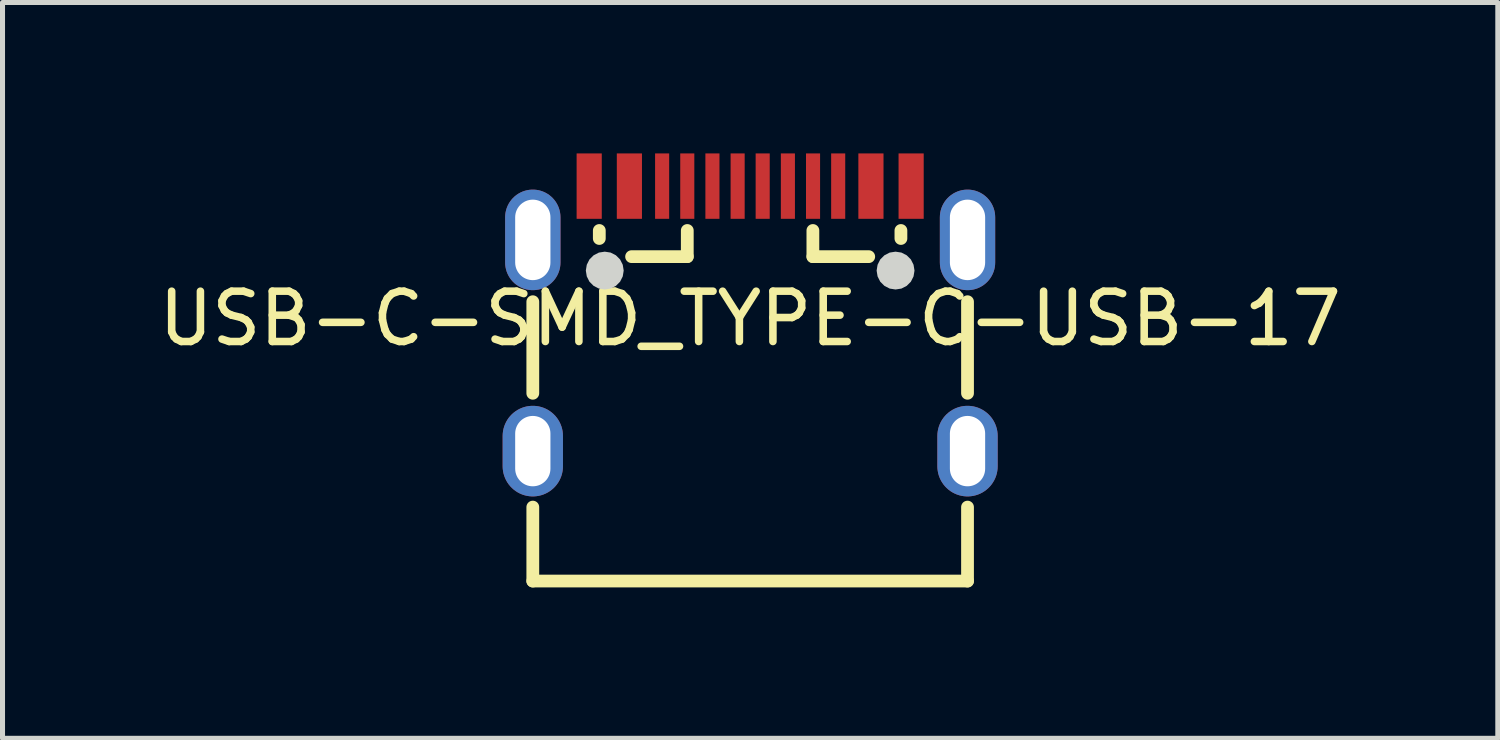
<source format=kicad_pcb>
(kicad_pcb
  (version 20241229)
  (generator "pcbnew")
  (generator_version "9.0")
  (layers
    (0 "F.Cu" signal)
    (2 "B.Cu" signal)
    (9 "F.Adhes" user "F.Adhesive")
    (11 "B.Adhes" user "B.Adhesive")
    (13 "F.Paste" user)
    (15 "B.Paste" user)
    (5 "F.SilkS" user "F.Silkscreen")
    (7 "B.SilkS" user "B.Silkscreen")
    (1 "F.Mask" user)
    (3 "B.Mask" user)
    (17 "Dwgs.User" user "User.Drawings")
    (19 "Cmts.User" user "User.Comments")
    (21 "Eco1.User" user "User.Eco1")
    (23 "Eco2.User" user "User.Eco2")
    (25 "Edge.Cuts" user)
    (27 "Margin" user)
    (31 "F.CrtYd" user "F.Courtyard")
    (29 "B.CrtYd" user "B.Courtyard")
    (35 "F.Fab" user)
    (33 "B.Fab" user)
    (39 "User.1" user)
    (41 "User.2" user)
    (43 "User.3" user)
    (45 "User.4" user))
  (footprint "USB-C-SMD_TYPE-C-USB-17"
    (layer "F.Cu")
    (at 11.863 3.284)
    (property "Reference" "USB-C-SMD_TYPE-C-USB-17" (at 0 0 0) (layer "F.SilkS") (effects (font (size 1 1) (thickness 0.15))))
    (fp_line (start -4.321 1.484) (end -4.321 -0.336) (stroke (width 0.254) (type default)) (layer "F.SilkS"))
    (fp_line (start -4.321 5.217) (end -4.321 3.747) (stroke (width 0.254) (type default)) (layer "F.SilkS"))
    (fp_line (start -2.999 -1.593) (end -2.999 -1.752) (stroke (width 0.254) (type default)) (layer "F.SilkS"))
    (fp_line (start -2.357 -1.232) (end -1.25 -1.232) (stroke (width 0.254) (type default)) (layer "F.SilkS"))
    (fp_line (start -1.25 -1.232) (end -1.25 -1.752) (stroke (width 0.254) (type default)) (layer "F.SilkS"))
    (fp_line (start 1.247 -1.232) (end 1.247 -1.752) (stroke (width 0.254) (type default)) (layer "F.SilkS"))
    (fp_line (start 1.247 -1.232) (end 2.357 -1.232) (stroke (width 0.254) (type default)) (layer "F.SilkS"))
    (fp_line (start 2.997 -1.593) (end 2.997 -1.752) (stroke (width 0.254) (type default)) (layer "F.SilkS"))
    (fp_line (start 4.321 1.484) (end 4.321 -0.336) (stroke (width 0.254) (type default)) (layer "F.SilkS"))
    (fp_line (start 4.321 5.217) (end -4.321 5.217) (stroke (width 0.254) (type default)) (layer "F.SilkS"))
    (fp_line (start 4.321 5.217) (end 4.321 3.747) (stroke (width 0.254) (type default)) (layer "F.SilkS"))
    (fp_poly (pts (xy -3.45 -3.284) (xy -2.949 -3.284) (xy -2.949 -1.984) (xy -3.45 -1.984)) (stroke (width 0) (type default)) (fill yes) (layer "F.Paste"))
    (fp_poly (pts (xy -2.649 -3.284) (xy -2.149 -3.284) (xy -2.149 -1.984) (xy -2.649 -1.984)) (stroke (width 0) (type default)) (fill yes) (layer "F.Paste"))
    (fp_poly (pts (xy -1.89 -3.284) (xy -1.611 -3.284) (xy -1.611 -1.984) (xy -1.89 -1.984)) (stroke (width 0) (type default)) (fill yes) (layer "F.Paste"))
    (fp_poly (pts (xy -1.389 -3.284) (xy -1.11 -3.284) (xy -1.11 -1.984) (xy -1.389 -1.984)) (stroke (width 0) (type default)) (fill yes) (layer "F.Paste"))
    (fp_poly (pts (xy -0.889 -3.284) (xy -0.61 -3.284) (xy -0.61 -1.984) (xy -0.889 -1.984)) (stroke (width 0) (type default)) (fill yes) (layer "F.Paste"))
    (fp_poly (pts (xy -0.391 -3.284) (xy -0.109 -3.284) (xy -0.109 -1.984) (xy -0.391 -1.984)) (stroke (width 0) (type default)) (fill yes) (layer "F.Paste"))
    (fp_poly (pts (xy 0.109 -3.284) (xy 0.391 -3.284) (xy 0.391 -1.984) (xy 0.109 -1.984)) (stroke (width 0) (type default)) (fill yes) (layer "F.Paste"))
    (fp_poly (pts (xy 0.61 -3.284) (xy 0.889 -3.284) (xy 0.889 -1.984) (xy 0.61 -1.984)) (stroke (width 0) (type default)) (fill yes) (layer "F.Paste"))
    (fp_poly (pts (xy 1.11 -3.284) (xy 1.389 -3.284) (xy 1.389 -1.984) (xy 1.11 -1.984)) (stroke (width 0) (type default)) (fill yes) (layer "F.Paste"))
    (fp_poly (pts (xy 1.611 -3.284) (xy 1.89 -3.284) (xy 1.89 -1.984) (xy 1.611 -1.984)) (stroke (width 0) (type default)) (fill yes) (layer "F.Paste"))
    (fp_poly (pts (xy 2.149 -3.284) (xy 2.649 -3.284) (xy 2.649 -1.984) (xy 2.149 -1.984)) (stroke (width 0) (type default)) (fill yes) (layer "F.Paste"))
    (fp_poly (pts (xy 2.949 -3.284) (xy 3.45 -3.284) (xy 3.45 -1.984) (xy 2.949 -1.984)) (stroke (width 0) (type default)) (fill yes) (layer "F.Paste"))
    (fp_poly (pts (arc (start -4.869 -1.138) (mid -4.701612 -0.733888) (end -4.2975 -0.5665)) (arc (start -4.285 -0.5665) (mid -3.920486 -0.717486) (end -3.7695 -1.082)) (xy -3.769 -1.272) (arc (start -3.7695 -2.0445) (mid -3.921951 -2.412549) (end -4.29 -2.5655)) (arc (start -4.3535 -2.5655) (mid -4.720135 -2.413635) (end -4.8715 -2.047)) (xy -4.872 -2.019)) (stroke (width 0) (type default)) (fill yes) (layer "F.Paste"))
    (fp_poly (pts (arc (start 3.7695 -1.138) (mid 3.936888 -0.733888) (end 4.341 -0.5665)) (arc (start 4.356 -0.5665) (mid 4.719514 -0.717901) (end 4.869 -1.082)) (xy 4.869 -1.272) (arc (start 4.8715 -2.0445) (mid 4.719049 -2.412549) (end 4.351 -2.5655)) (arc (start 4.2875 -2.5655) (mid 3.920865 -2.413635) (end 3.7695 -2.047)) (xy 3.769 -2.019)) (stroke (width 0) (type default)) (fill yes) (layer "F.Paste"))
    (fp_poly (pts (xy -4.28 3.533) (xy -4.311 3.533) (xy -4.341 3.53) (xy -4.372 3.526) (xy -4.399 3.518) (xy -4.43 3.513) (xy -4.457 3.502) (xy -4.486 3.493) (xy -4.513 3.482) (xy -4.539 3.467) (xy -4.567 3.454) (xy -4.593 3.439) (xy -4.615 3.421) (xy -4.641 3.404) (xy -4.663 3.384) (xy -4.684 3.363) (xy -4.707 3.342) (xy -4.724 3.32) (xy -4.745 3.297) (xy -4.763 3.272) (xy -4.777 3.246) (xy -4.793 3.22) (xy -4.806 3.196) (xy -4.819 3.167) (xy -4.831 3.139) (xy -4.838 3.111) (xy -4.846 3.081) (xy -4.854 3.053) (xy -4.859 3.022) (xy -4.864 2.994) (xy -4.864 2.964) (xy -4.867 2.933) (xy -4.867 2.334) (xy -4.864 2.304) (xy -4.864 2.273) (xy -4.859 2.245) (xy -4.854 2.215) (xy -4.846 2.187) (xy -4.838 2.156) (xy -4.831 2.128) (xy -4.819 2.1) (xy -4.806 2.072) (xy -4.793 2.047) (xy -4.777 2.022) (xy -4.763 1.996) (xy -4.745 1.971) (xy -4.724 1.948) (xy -4.707 1.925) (xy -4.684 1.905) (xy -4.663 1.885) (xy -4.641 1.865) (xy -4.615 1.847) (xy -4.593 1.831) (xy -4.567 1.813) (xy -4.539 1.801) (xy -4.513 1.788) (xy -4.486 1.776) (xy -4.457 1.766) (xy -4.43 1.758) (xy -4.399 1.75) (xy -4.372 1.742) (xy -4.341 1.74) (xy -4.311 1.735) (xy -4.28 1.735) (xy -4.252 1.735) (xy -4.221 1.735) (xy -4.191 1.74) (xy -4.163 1.742) (xy -4.133 1.75) (xy -4.104 1.758) (xy -4.074 1.766) (xy -4.046 1.776) (xy -4.019 1.788) (xy -3.993 1.801) (xy -3.965 1.813) (xy -3.939 1.831) (xy -3.917 1.847) (xy -3.892 1.865) (xy -3.869 1.885) (xy -3.848 1.905) (xy -3.825 1.925) (xy -3.808 1.948) (xy -3.787 1.971) (xy -3.769 1.996) (xy -3.754 2.022) (xy -3.739 2.047) (xy -3.726 2.072) (xy -3.713 2.1) (xy -3.704 2.128) (xy -3.693 2.156) (xy -3.686 2.187) (xy -3.678 2.215) (xy -3.673 2.245) (xy -3.668 2.273) (xy -3.668 2.304) (xy -3.665 2.334) (xy -3.665 2.933) (xy -3.668 2.964) (xy -3.668 2.994) (xy -3.673 3.022) (xy -3.678 3.053) (xy -3.686 3.081) (xy -3.693 3.111) (xy -3.704 3.139) (xy -3.713 3.167) (xy -3.726 3.196) (xy -3.739 3.22) (xy -3.754 3.246) (xy -3.769 3.272) (xy -3.787 3.297) (xy -3.808 3.32) (xy -3.825 3.342) (xy -3.848 3.363) (xy -3.869 3.384) (xy -3.892 3.404) (xy -3.917 3.421) (xy -3.939 3.439) (xy -3.965 3.454) (xy -3.993 3.467) (xy -4.019 3.482) (xy -4.046 3.493) (xy -4.074 3.502) (xy -4.104 3.513) (xy -4.133 3.518) (xy -4.163 3.526) (xy -4.191 3.53) (xy -4.221 3.533) (xy -4.252 3.533)) (stroke (width 0) (type default)) (fill yes) (layer "F.Paste"))
    (fp_poly (pts (xy 4.306 3.533) (xy 4.275 3.533) (xy 4.245 3.53) (xy 4.216 3.526) (xy 4.186 3.518) (xy 4.158 3.513) (xy 4.13 3.502) (xy 4.102 3.493) (xy 4.074 3.48) (xy 4.046 3.467) (xy 4.021 3.454) (xy 3.995 3.439) (xy 3.97 3.421) (xy 3.947 3.404) (xy 3.925 3.384) (xy 3.901 3.363) (xy 3.881 3.342) (xy 3.861 3.32) (xy 3.843 3.297) (xy 3.825 3.272) (xy 3.808 3.246) (xy 3.792 3.22) (xy 3.78 3.196) (xy 3.767 3.167) (xy 3.756 3.139) (xy 3.747 3.111) (xy 3.739 3.081) (xy 3.732 3.053) (xy 3.726 3.022) (xy 3.724 2.994) (xy 3.721 2.964) (xy 3.721 2.933) (xy 3.721 2.334) (xy 3.721 2.304) (xy 3.724 2.273) (xy 3.726 2.245) (xy 3.732 2.215) (xy 3.739 2.187) (xy 3.747 2.156) (xy 3.756 2.128) (xy 3.767 2.1) (xy 3.78 2.072) (xy 3.792 2.047) (xy 3.808 2.022) (xy 3.825 1.996) (xy 3.843 1.971) (xy 3.861 1.948) (xy 3.881 1.925) (xy 3.901 1.905) (xy 3.925 1.885) (xy 3.947 1.865) (xy 3.97 1.847) (xy 3.995 1.831) (xy 4.021 1.813) (xy 4.046 1.801) (xy 4.074 1.788) (xy 4.102 1.776) (xy 4.13 1.766) (xy 4.158 1.758) (xy 4.186 1.75) (xy 4.216 1.742) (xy 4.245 1.74) (xy 4.275 1.735) (xy 4.306 1.735) (xy 4.336 1.735) (xy 4.364 1.735) (xy 4.394 1.74) (xy 4.425 1.742) (xy 4.452 1.75) (xy 4.483 1.758) (xy 4.511 1.766) (xy 4.539 1.776) (xy 4.567 1.788) (xy 4.595 1.801) (xy 4.62 1.813) (xy 4.646 1.831) (xy 4.671 1.847) (xy 4.694 1.865) (xy 4.717 1.885) (xy 4.739 1.905) (xy 4.76 1.925) (xy 4.78 1.948) (xy 4.798 1.971) (xy 4.816 1.996) (xy 4.831 2.022) (xy 4.846 2.047) (xy 4.862 2.072) (xy 4.872 2.1) (xy 4.885 2.128) (xy 4.894 2.156) (xy 4.902 2.187) (xy 4.907 2.215) (xy 4.912 2.245) (xy 4.918 2.273) (xy 4.92 2.304) (xy 4.92 2.334) (xy 4.92 2.933) (xy 4.92 2.964) (xy 4.918 2.994) (xy 4.912 3.022) (xy 4.907 3.053) (xy 4.902 3.081) (xy 4.894 3.111) (xy 4.885 3.139) (xy 4.872 3.167) (xy 4.862 3.196) (xy 4.846 3.22) (xy 4.831 3.246) (xy 4.816 3.272) (xy 4.798 3.297) (xy 4.78 3.32) (xy 4.76 3.342) (xy 4.739 3.363) (xy 4.717 3.384) (xy 4.694 3.404) (xy 4.671 3.421) (xy 4.646 3.439) (xy 4.62 3.454) (xy 4.595 3.467) (xy 4.567 3.48) (xy 4.539 3.493) (xy 4.511 3.502) (xy 4.483 3.513) (xy 4.452 3.518) (xy 4.425 3.526) (xy 4.394 3.53) (xy 4.364 3.533) (xy 4.336 3.533)) (stroke (width 0) (type default)) (fill yes) (layer "F.Paste"))
    (fp_poly (pts (xy -2.514 -0.955) (xy -2.533 -1.071) (xy -2.586 -1.176) (xy -2.669 -1.259) (xy -2.774 -1.313) (xy -2.89 -1.331) (xy -3.007 -1.313) (xy -3.112 -1.259) (xy -3.195 -1.176) (xy -3.248 -1.071) (xy -3.267 -0.955) (xy -3.248 -0.839) (xy -3.195 -0.734) (xy -3.112 -0.651) (xy -3.007 -0.597) (xy -2.89 -0.579) (xy -2.774 -0.597) (xy -2.669 -0.651) (xy -2.586 -0.734) (xy -2.533 -0.839)) (stroke (width 0) (type default)) (fill yes) (layer "Edge.Cuts"))
    (fp_poly (pts (xy 3.267 -0.955) (xy 3.248 -1.071) (xy 3.195 -1.176) (xy 3.112 -1.259) (xy 3.007 -1.313) (xy 2.89 -1.331) (xy 2.774 -1.313) (xy 2.669 -1.259) (xy 2.586 -1.176) (xy 2.533 -1.071) (xy 2.514 -0.955) (xy 2.533 -0.839) (xy 2.586 -0.734) (xy 2.669 -0.651) (xy 2.774 -0.597) (xy 2.89 -0.579) (xy 3.007 -0.597) (xy 3.112 -0.651) (xy 3.195 -0.734) (xy 3.248 -0.839)) (stroke (width 0) (type default)) (fill yes) (layer "Edge.Cuts"))
    (fp_poly (pts (xy -4.471 -2.116) (xy -4.17 -2.116) (xy -4.17 -1.016) (xy -4.471 -1.016)) (stroke (width 0.1) (type default)) (fill no) (layer "User.1"))
    (fp_poly (pts (xy -4.471 2.235) (xy -4.17 2.235) (xy -4.17 3.035) (xy -4.471 3.035)) (stroke (width 0.1) (type default)) (fill no) (layer "User.1"))
    (fp_poly (pts (xy -3.401 -2.616) (xy -2.999 -2.616) (xy -2.999 -2.065) (xy -3.401 -2.065)) (stroke (width 0.1) (type default)) (fill no) (layer "User.1"))
    (fp_poly (pts (xy -2.601 -2.616) (xy -2.2 -2.616) (xy -2.2 -2.065) (xy -2.601 -2.065)) (stroke (width 0.1) (type default)) (fill no) (layer "User.1"))
    (fp_poly (pts (xy -1.849 -2.616) (xy -1.651 -2.616) (xy -1.651 -2.065) (xy -1.849 -2.065)) (stroke (width 0.1) (type default)) (fill no) (layer "User.1"))
    (fp_poly (pts (xy -1.349 -2.616) (xy -1.151 -2.616) (xy -1.151 -2.065) (xy -1.349 -2.065)) (stroke (width 0.1) (type default)) (fill no) (layer "User.1"))
    (fp_poly (pts (xy -0.851 -2.616) (xy -0.65 -2.616) (xy -0.65 -2.065) (xy -0.851 -2.065)) (stroke (width 0.1) (type default)) (fill no) (layer "User.1"))
    (fp_poly (pts (xy -0.35 -2.616) (xy -0.15 -2.616) (xy -0.15 -2.065) (xy -0.35 -2.065)) (stroke (width 0.1) (type default)) (fill no) (layer "User.1"))
    (fp_poly (pts (xy 0.15 -2.616) (xy 0.35 -2.616) (xy 0.35 -2.065) (xy 0.15 -2.065)) (stroke (width 0.1) (type default)) (fill no) (layer "User.1"))
    (fp_poly (pts (xy 0.65 -2.616) (xy 0.851 -2.616) (xy 0.851 -2.065) (xy 0.65 -2.065)) (stroke (width 0.1) (type default)) (fill no) (layer "User.1"))
    (fp_poly (pts (xy 1.151 -2.616) (xy 1.349 -2.616) (xy 1.349 -2.065) (xy 1.151 -2.065)) (stroke (width 0.1) (type default)) (fill no) (layer "User.1"))
    (fp_poly (pts (xy 1.651 -2.616) (xy 1.849 -2.616) (xy 1.849 -2.065) (xy 1.651 -2.065)) (stroke (width 0.1) (type default)) (fill no) (layer "User.1"))
    (fp_poly (pts (xy 2.2 -2.616) (xy 2.601 -2.616) (xy 2.601 -2.065) (xy 2.2 -2.065)) (stroke (width 0.1) (type default)) (fill no) (layer "User.1"))
    (fp_poly (pts (xy 2.999 -2.616) (xy 3.401 -2.616) (xy 3.401 -2.065) (xy 2.999 -2.065)) (stroke (width 0.1) (type default)) (fill no) (layer "User.1"))
    (fp_poly (pts (xy 4.17 -2.116) (xy 4.471 -2.116) (xy 4.471 -1.016) (xy 4.17 -1.016)) (stroke (width 0.1) (type default)) (fill no) (layer "User.1"))
    (fp_poly (pts (xy 4.17 2.235) (xy 4.471 2.235) (xy 4.471 3.035) (xy 4.17 3.035)) (stroke (width 0.1) (type default)) (fill no) (layer "User.1"))
    (fp_line (start -4.471 -2.116) (end 4.471 -2.116) (stroke (width 0.051) (type default)) (layer "User.2"))
    (fp_line (start -4.471 5.235) (end -4.471 -2.116) (stroke (width 0.051) (type default)) (layer "User.2"))
    (fp_line (start 4.471 -2.116) (end 4.471 5.235) (stroke (width 0.051) (type default)) (layer "User.2"))
    (fp_line (start 4.471 5.235) (end -4.471 5.235) (stroke (width 0.051) (type default)) (layer "User.2"))
    (fp_poly (pts (xy -4.41 -2.616) (xy -4.427 -2.659) (xy -4.471 -2.677) (xy -4.514 -2.659) (xy -4.532 -2.616) (xy -4.514 -2.573) (xy -4.471 -2.555) (xy -4.427 -2.573)) (stroke (width 0.1) (type default)) (fill no) (layer "User.3"))
    (pad "0" thru_hole oval (at -4.321 -1.565) (size 1.1 1.999) (drill oval 0.701 1.6) (layers "*.Cu" "*.Mask"))
    (pad "0" thru_hole oval (at -4.321 2.634) (size 1.199 1.801) (drill oval 0.701 1.399) (layers "*.Cu" "*.Mask"))
    (pad "0" thru_hole oval (at 4.321 -1.565) (size 1.1 1.999) (drill oval 0.701 1.6) (layers "*.Cu" "*.Mask"))
    (pad "0" thru_hole oval (at 4.321 2.634) (size 1.199 1.801) (drill oval 0.701 1.399) (layers "*.Cu" "*.Mask"))
    (pad "A1" smd rect (at -3.2 -2.634) (size 0.5 1.3) (layers "F.Cu" "F.Mask" "F.Paste"))
    (pad "A4" smd rect (at -2.401 -2.634) (size 0.5 1.3) (layers "F.Cu" "F.Mask" "F.Paste"))
    (pad "A5" smd rect (at -1.25 -2.634) (size 0.28 1.3) (layers "F.Cu" "F.Mask" "F.Paste"))
    (pad "A6" smd rect (at -0.249 -2.634) (size 0.28 1.3) (layers "F.Cu" "F.Mask" "F.Paste"))
    (pad "A7" smd rect (at 0.249 -2.634) (size 0.28 1.3) (layers "F.Cu" "F.Mask" "F.Paste"))
    (pad "A8" smd rect (at 1.25 -2.634) (size 0.28 1.3) (layers "F.Cu" "F.Mask" "F.Paste"))
    (pad "A9" smd rect (at 2.401 -2.634) (size 0.5 1.3) (layers "F.Cu" "F.Mask" "F.Paste"))
    (pad "A12" smd rect (at 3.2 -2.634) (size 0.5 1.3) (layers "F.Cu" "F.Mask" "F.Paste"))
    (pad "B5" smd rect (at 1.75 -2.634) (size 0.28 1.3) (layers "F.Cu" "F.Mask" "F.Paste"))
    (pad "B6" smd rect (at 0.75 -2.634) (size 0.28 1.3) (layers "F.Cu" "F.Mask" "F.Paste"))
    (pad "B7" smd rect (at -0.75 -2.634) (size 0.28 1.3) (layers "F.Cu" "F.Mask" "F.Paste"))
    (pad "B8" smd rect (at -1.75 -2.634) (size 0.28 1.3) (layers "F.Cu" "F.Mask" "F.Paste")))
  (gr_rect
    (start -3 -3)
    (end 26.726 11.628)
    (stroke (width 0.1) (type default))
    (fill no)
    (layer "Edge.Cuts")))
</source>
